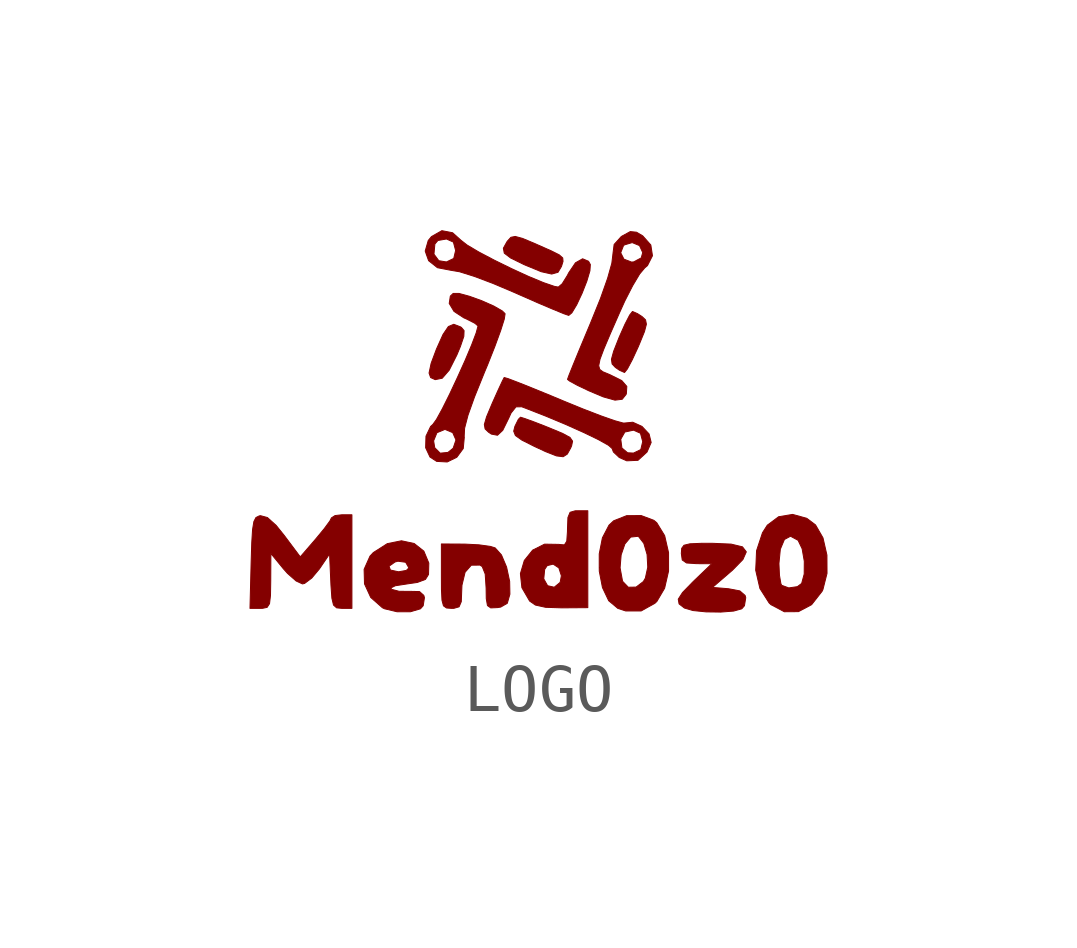
<source format=kicad_sym>
(kicad_symbol_lib
  (version 20210619)
  (generator bitmap2component)
  (symbol "LOGO"
    (pin_names
      (offset 1.016))
    (property "Reference" "#G"
      (at 0 7.832 0)
      (effects (font (size 1.27 1.27)) hide))
    (symbol "LOGO_0_0"
      (polyline (pts (xy -2.468 -2.634) (xy -2.411 -2.57) (xy -2.385 -2.403) (xy -2.398 -2.356) (xy -2.487 -2.275) (xy -2.688 -2.271) (xy -2.688 -2.271) (xy -2.912 -2.27) (xy -3.067 -2.229) (xy -3.085 -2.2) (xy -2.992 -2.154) (xy -2.752 -2.117) (xy -2.532 -2.085) (xy -2.364 -2.022) (xy -2.3 -1.919) (xy -2.294 -1.682) (xy -2.397 -1.434) (xy -2.598 -1.275) (xy -2.863 -1.218) (xy -3.158 -1.277) (xy -3.45 -1.464) (xy -3.519 -1.538) (xy -3.612 -1.747) (xy -3.122 -1.747) (xy -2.998 -1.66) (xy -2.937 -1.643) (xy -2.776 -1.665) (xy -2.709 -1.783) (xy -2.762 -1.835) (xy -2.921 -1.863) (xy -2.926 -1.863) (xy -3.094 -1.827) (xy -3.122 -1.747) (xy -3.612 -1.747) (xy -3.641 -1.812) (xy -3.633 -2.115) (xy -3.503 -2.398) (xy -3.26 -2.612) (xy -3.214 -2.634) (xy -2.957 -2.695) (xy -2.679 -2.696) (xy -2.468 -2.634)) (stroke (width 0.01)) (fill (type outline)))
      (polyline (pts (xy 2.126 -2.679) (xy 2.413 -2.519) (xy 2.454 -2.48) (xy 2.615 -2.206) (xy 2.697 -1.849) (xy 2.697 -1.465) (xy 2.616 -1.111) (xy 2.451 -0.842) (xy 2.391 -0.792) (xy 2.128 -0.693) (xy 1.824 -0.695) (xy 1.554 -0.802) (xy 1.457 -0.893) (xy 1.32 -1.156) (xy 1.254 -1.491) (xy 1.254 -1.78) (xy 1.688 -1.78) (xy 1.71 -1.511) (xy 1.788 -1.284) (xy 1.909 -1.141) (xy 2.057 -1.125) (xy 2.074 -1.132) (xy 2.182 -1.271) (xy 2.25 -1.504) (xy 2.264 -1.768) (xy 2.214 -1.996) (xy 2.172 -2.067) (xy 2.021 -2.182) (xy 1.859 -2.185) (xy 1.745 -2.067) (xy 1.737 -2.047) (xy 1.688 -1.78) (xy 1.254 -1.78) (xy 1.255 -1.852) (xy 1.321 -2.192) (xy 1.451 -2.466) (xy 1.642 -2.626) (xy 1.806 -2.679) (xy 2.126 -2.679)) (stroke (width 0.01)) (fill (type outline)))
      (polyline (pts (xy 4.053 -2.681) (xy 4.221 -2.634) (xy 4.277 -2.57) (xy 4.304 -2.403) (xy 4.291 -2.357) (xy 4.181 -2.261) (xy 3.943 -2.216) (xy 3.611 -2.189) (xy 3.979 -1.872) (xy 4.027 -1.831) (xy 4.245 -1.608) (xy 4.316 -1.448) (xy 4.236 -1.344) (xy 3.999 -1.287) (xy 3.601 -1.27) (xy 3.374 -1.271) (xy 3.141 -1.281) (xy 3.018 -1.311) (xy 2.971 -1.374) (xy 2.963 -1.482) (xy 2.982 -1.618) (xy 3.071 -1.68) (xy 3.281 -1.694) (xy 3.598 -1.695) (xy 3.239 -2.039) (xy 3.195 -2.082) (xy 2.988 -2.295) (xy 2.899 -2.434) (xy 2.916 -2.532) (xy 3.027 -2.618) (xy 3.205 -2.67) (xy 3.479 -2.698) (xy 3.784 -2.702) (xy 4.053 -2.681)) (stroke (width 0.01)) (fill (type outline)))
      (polyline (pts (xy 5.401 -2.693) (xy 5.675 -2.548) (xy 5.893 -2.27) (xy 5.911 -2.232) (xy 5.996 -1.896) (xy 5.994 -1.516) (xy 5.912 -1.157) (xy 5.757 -0.888) (xy 5.574 -0.75) (xy 5.28 -0.669) (xy 4.989 -0.717) (xy 4.753 -0.893) (xy 4.653 -1.05) (xy 4.529 -1.425) (xy 4.518 -1.69) (xy 4.995 -1.69) (xy 5.024 -1.394) (xy 5.109 -1.191) (xy 5.236 -1.123) (xy 5.392 -1.207) (xy 5.394 -1.209) (xy 5.478 -1.384) (xy 5.523 -1.644) (xy 5.521 -1.911) (xy 5.468 -2.106) (xy 5.379 -2.173) (xy 5.2 -2.199) (xy 5.052 -2.145) (xy 5.035 -2.108) (xy 5.006 -1.937) (xy 4.995 -1.69) (xy 4.518 -1.69) (xy 4.511 -1.83) (xy 4.599 -2.211) (xy 4.79 -2.511) (xy 4.829 -2.548) (xy 5.107 -2.695) (xy 5.401 -2.693)) (stroke (width 0.01)) (fill (type outline)))
      (polyline (pts (xy -5.755 -2.624) (xy -5.66 -2.604) (xy -5.61 -2.527) (xy -5.59 -2.356) (xy -5.585 -2.053) (xy -5.582 -1.482) (xy -5.323 -1.799) (xy -5.234 -1.899) (xy -5.056 -2.055) (xy -4.924 -2.116) (xy -4.879 -2.105) (xy -4.731 -1.994) (xy -4.572 -1.804) (xy -4.36 -1.492) (xy -4.335 -2.058) (xy -4.331 -2.148) (xy -4.312 -2.413) (xy -4.278 -2.556) (xy -4.213 -2.614) (xy -4.102 -2.625) (xy -3.895 -2.625) (xy -3.895 -0.677) (xy -4.106 -0.677) (xy -4.246 -0.693) (xy -4.321 -0.741) (xy -4.353 -0.805) (xy -4.472 -0.967) (xy -4.647 -1.179) (xy -4.97 -1.553) (xy -5.3 -1.112) (xy -5.472 -0.898) (xy -5.654 -0.734) (xy -5.799 -0.695) (xy -5.827 -0.701) (xy -5.893 -0.734) (xy -5.936 -0.818) (xy -5.963 -0.983) (xy -5.98 -1.258) (xy -5.993 -1.672) (xy -6.017 -2.625) (xy -5.802 -2.625) (xy -5.755 -2.624)) (stroke (width 0.01)) (fill (type outline)))
      (polyline (pts (xy -1.772 -2.624) (xy -1.664 -2.593) (xy -1.618 -2.485) (xy -1.609 -2.254) (xy -1.604 -2.143) (xy -1.539 -1.873) (xy -1.409 -1.726) (xy -1.229 -1.724) (xy -1.182 -1.755) (xy -1.12 -1.91) (xy -1.101 -2.204) (xy -1.098 -2.422) (xy -1.073 -2.567) (xy -1.005 -2.615) (xy -0.868 -2.609) (xy -0.797 -2.598) (xy -0.66 -2.519) (xy -0.606 -2.33) (xy -0.611 -2.064) (xy -0.675 -1.765) (xy -0.782 -1.512) (xy -0.913 -1.366) (xy -1.012 -1.335) (xy -1.251 -1.302) (xy -1.545 -1.287) (xy -2.032 -1.284) (xy -2.032 -1.954) (xy -2.031 -2.23) (xy -2.02 -2.455) (xy -1.989 -2.572) (xy -1.926 -2.617) (xy -1.82 -2.625) (xy -1.772 -2.624)) (stroke (width 0.01)) (fill (type outline)))
      (polyline (pts (xy 1.016 -2.61) (xy 1.016 -0.593) (xy 0.804 -0.593) (xy 0.753 -0.594) (xy 0.647 -0.625) (xy 0.602 -0.734) (xy 0.593 -0.966) (xy 0.592 -1.03) (xy 0.578 -1.227) (xy 0.529 -1.303) (xy 0.425 -1.295) (xy 0.418 -1.293) (xy 0.116 -1.288) (xy -0.132 -1.412) (xy -0.306 -1.628) (xy -0.387 -1.901) (xy -0.376 -2.011) (xy 0.099 -2.011) (xy 0.118 -1.814) (xy 0.171 -1.735) (xy 0.295 -1.704) (xy 0.413 -1.782) (xy 0.466 -1.947) (xy 0.44 -2.084) (xy 0.317 -2.185) (xy 0.179 -2.153) (xy 0.099 -2.011) (xy -0.376 -2.011) (xy -0.356 -2.195) (xy -0.195 -2.473) (xy -0.075 -2.556) (xy 0.137 -2.603) (xy 0.476 -2.614) (xy 1.016 -2.61)) (stroke (width 0.01)) (fill (type outline)))
      (polyline (pts (xy -1.711 0.521) (xy -1.577 0.703) (xy -1.555 0.94) (xy -1.558 0.952) (xy -1.549 1.125) (xy -1.479 1.394) (xy -1.343 1.776) (xy -1.135 2.291) (xy -1.072 2.441) (xy -0.917 2.833) (xy -0.797 3.162) (xy -0.723 3.397) (xy -0.706 3.509) (xy -0.763 3.566) (xy -0.942 3.669) (xy -1.188 3.778) (xy -1.447 3.872) (xy -1.664 3.931) (xy -1.786 3.932) (xy -1.846 3.876) (xy -1.869 3.723) (xy -1.769 3.557) (xy -1.566 3.424) (xy -1.513 3.401) (xy -1.34 3.313) (xy -1.27 3.255) (xy -1.27 3.252) (xy -1.308 3.11) (xy -1.403 2.859) (xy -1.538 2.538) (xy -1.697 2.185) (xy -1.86 1.837) (xy -2.012 1.532) (xy -2.135 1.308) (xy -2.211 1.203) (xy -2.256 1.163) (xy -2.353 0.96) (xy -2.356 0.863) (xy -2.194 0.863) (xy -2.125 1.032) (xy -1.959 1.101) (xy -1.797 1.034) (xy -1.729 0.881) (xy -1.787 0.709) (xy -1.895 0.622) (xy -2.057 0.606) (xy -2.171 0.72) (xy -2.194 0.863) (xy -2.356 0.863) (xy -2.36 0.719) (xy -2.269 0.525) (xy -2.13 0.435) (xy -1.911 0.423) (xy -1.711 0.521)) (stroke (width 0.01)) (fill (type outline)))
      (polyline (pts (xy 2.06 0.457) (xy 2.248 0.629) (xy 2.25 0.633) (xy 2.335 0.829) (xy 2.292 1.005) (xy 2.29 1.008) (xy 2.144 1.163) (xy 1.952 1.25) (xy 1.788 1.234) (xy 1.75 1.234) (xy 1.576 1.282) (xy 1.292 1.382) (xy 0.925 1.523) (xy 0.504 1.695) (xy 0.263 1.796) (xy -0.123 1.954) (xy -0.434 2.078) (xy -0.644 2.158) (xy -0.725 2.181) (xy -0.764 2.105) (xy -0.853 1.914) (xy -0.97 1.653) (xy -0.982 1.625) (xy -1.093 1.36) (xy -1.138 1.203) (xy -1.122 1.111) (xy -1.05 1.042) (xy -0.991 1.003) (xy -0.864 0.979) (xy -0.755 1.081) (xy -0.634 1.327) (xy -0.581 1.443) (xy -0.479 1.57) (xy -0.36 1.572) (xy -0.296 1.548) (xy 0.139 1.378) (xy 0.56 1.202) (xy 0.937 1.033) (xy 1.22 0.896) (xy 1.702 0.896) (xy 1.787 1.046) (xy 1.968 1.085) (xy 2.112 1.021) (xy 2.159 0.847) (xy 2.119 0.681) (xy 1.968 0.608) (xy 1.845 0.614) (xy 1.726 0.714) (xy 1.702 0.896) (xy 1.22 0.896) (xy 1.242 0.885) (xy 1.447 0.77) (xy 1.522 0.703) (xy 1.549 0.631) (xy 1.672 0.515) (xy 1.827 0.447) (xy 2.06 0.457)) (stroke (width 0.01)) (fill (type outline)))
      (polyline (pts (xy 0.589 0.587) (xy 0.659 0.713) (xy 0.679 0.76) (xy 0.699 0.856) (xy 0.645 0.934) (xy 0.49 1.018) (xy 0.206 1.136) (xy 0.194 1.141) (xy -0.082 1.249) (xy -0.29 1.325) (xy -0.385 1.355) (xy -0.43 1.31) (xy -0.502 1.164) (xy -0.527 1.064) (xy -0.491 0.973) (xy -0.357 0.878) (xy -0.097 0.747) (xy 0.135 0.639) (xy 0.364 0.549) (xy 0.503 0.532) (xy 0.589 0.587)) (stroke (width 0.01)) (fill (type outline)))
      (polyline (pts (xy 1.732 1.728) (xy 1.812 1.828) (xy 1.819 1.847) (xy 1.828 1.996) (xy 1.723 2.117) (xy 1.476 2.24) (xy 1.438 2.256) (xy 1.331 2.3) (xy 1.265 2.349) (xy 1.243 2.427) (xy 1.27 2.561) (xy 1.35 2.775) (xy 1.486 3.096) (xy 1.684 3.547) (xy 1.786 3.773) (xy 1.95 4.093) (xy 2.095 4.336) (xy 2.2 4.462) (xy 2.258 4.511) (xy 2.362 4.716) (xy 2.328 4.94) (xy 2.159 5.13) (xy 2.03 5.206) (xy 1.9 5.219) (xy 1.733 5.128) (xy 1.711 5.114) (xy 1.564 4.951) (xy 1.542 4.778) (xy 1.701 4.778) (xy 1.758 4.924) (xy 1.778 4.942) (xy 1.94 4.99) (xy 2.092 4.928) (xy 2.159 4.782) (xy 2.128 4.671) (xy 1.968 4.587) (xy 1.924 4.585) (xy 1.768 4.645) (xy 1.701 4.778) (xy 1.542 4.778) (xy 1.535 4.717) (xy 1.516 4.56) (xy 1.429 4.249) (xy 1.279 3.825) (xy 1.071 3.311) (xy 0.998 3.137) (xy 0.838 2.754) (xy 0.71 2.442) (xy 0.624 2.228) (xy 0.593 2.142) (xy 0.637 2.107) (xy 0.798 2.019) (xy 1.037 1.905) (xy 1.338 1.778) (xy 1.582 1.71) (xy 1.732 1.728)) (stroke (width 0.01)) (fill (type outline)))
      (polyline (pts (xy -2.015 2.166) (xy -1.87 2.333) (xy -1.709 2.653) (xy -1.636 2.828) (xy -1.565 3.038) (xy -1.56 3.157) (xy -1.616 3.224) (xy -1.638 3.237) (xy -1.774 3.289) (xy -1.886 3.243) (xy -1.998 3.078) (xy -2.135 2.773) (xy -2.246 2.476) (xy -2.289 2.274) (xy -2.256 2.18) (xy -2.161 2.137) (xy -2.015 2.166)) (stroke (width 0.01)) (fill (type outline)))
      (polyline (pts (xy 1.84 2.36) (xy 1.941 2.55) (xy 2.063 2.814) (xy 2.091 2.88) (xy 2.196 3.138) (xy 2.236 3.291) (xy 2.218 3.381) (xy 2.145 3.45) (xy 2.05 3.511) (xy 1.946 3.556) (xy 1.946 3.556) (xy 1.888 3.482) (xy 1.79 3.292) (xy 1.672 3.027) (xy 1.663 3.005) (xy 1.554 2.728) (xy 1.508 2.561) (xy 1.522 2.463) (xy 1.589 2.392) (xy 1.676 2.332) (xy 1.78 2.286) (xy 1.781 2.286) (xy 1.84 2.36)) (stroke (width 0.01)) (fill (type outline)))
      (polyline (pts (xy 0.684 3.528) (xy 0.786 3.698) (xy 0.897 3.935) (xy 0.996 4.187) (xy 1.06 4.403) (xy 1.069 4.533) (xy 1.031 4.601) (xy 0.908 4.653) (xy 0.759 4.569) (xy 0.618 4.36) (xy 0.59 4.305) (xy 0.483 4.133) (xy 0.402 4.064) (xy 0.323 4.078) (xy 0.095 4.156) (xy -0.216 4.285) (xy -0.571 4.448) (xy -0.93 4.624) (xy -1.251 4.793) (xy -1.496 4.938) (xy -1.624 5.038) (xy -1.799 5.195) (xy -2.022 5.238) (xy -2.238 5.116) (xy -2.306 5.033) (xy -2.369 4.814) (xy -2.347 4.749) (xy -2.187 4.749) (xy -2.168 4.959) (xy -2.105 5.034) (xy -1.927 5.065) (xy -1.782 5) (xy -1.736 4.826) (xy -1.775 4.66) (xy -1.927 4.587) (xy -2.086 4.613) (xy -2.187 4.749) (xy -2.347 4.749) (xy -2.298 4.613) (xy -2.114 4.467) (xy -1.838 4.414) (xy -1.655 4.383) (xy -1.349 4.287) (xy -0.956 4.139) (xy -0.508 3.949) (xy -0.398 3.9) (xy -0.018 3.733) (xy 0.298 3.599) (xy 0.52 3.508) (xy 0.619 3.474) (xy 0.684 3.528)) (stroke (width 0.01)) (fill (type outline)))
      (polyline (pts (xy 0.396 4.372) (xy 0.468 4.494) (xy 0.468 4.495) (xy 0.5 4.599) (xy 0.494 4.67) (xy 0.421 4.735) (xy 0.253 4.819) (xy -0.041 4.949) (xy -0.085 4.969) (xy -0.343 5.077) (xy -0.495 5.118) (xy -0.585 5.1) (xy -0.654 5.025) (xy -0.667 5.008) (xy -0.742 4.873) (xy -0.723 4.77) (xy -0.589 4.668) (xy -0.318 4.535) (xy -0.286 4.521) (xy 0.046 4.384) (xy 0.264 4.335) (xy 0.396 4.372)) (stroke (width 0.01)) (fill (type outline))))))
</source>
